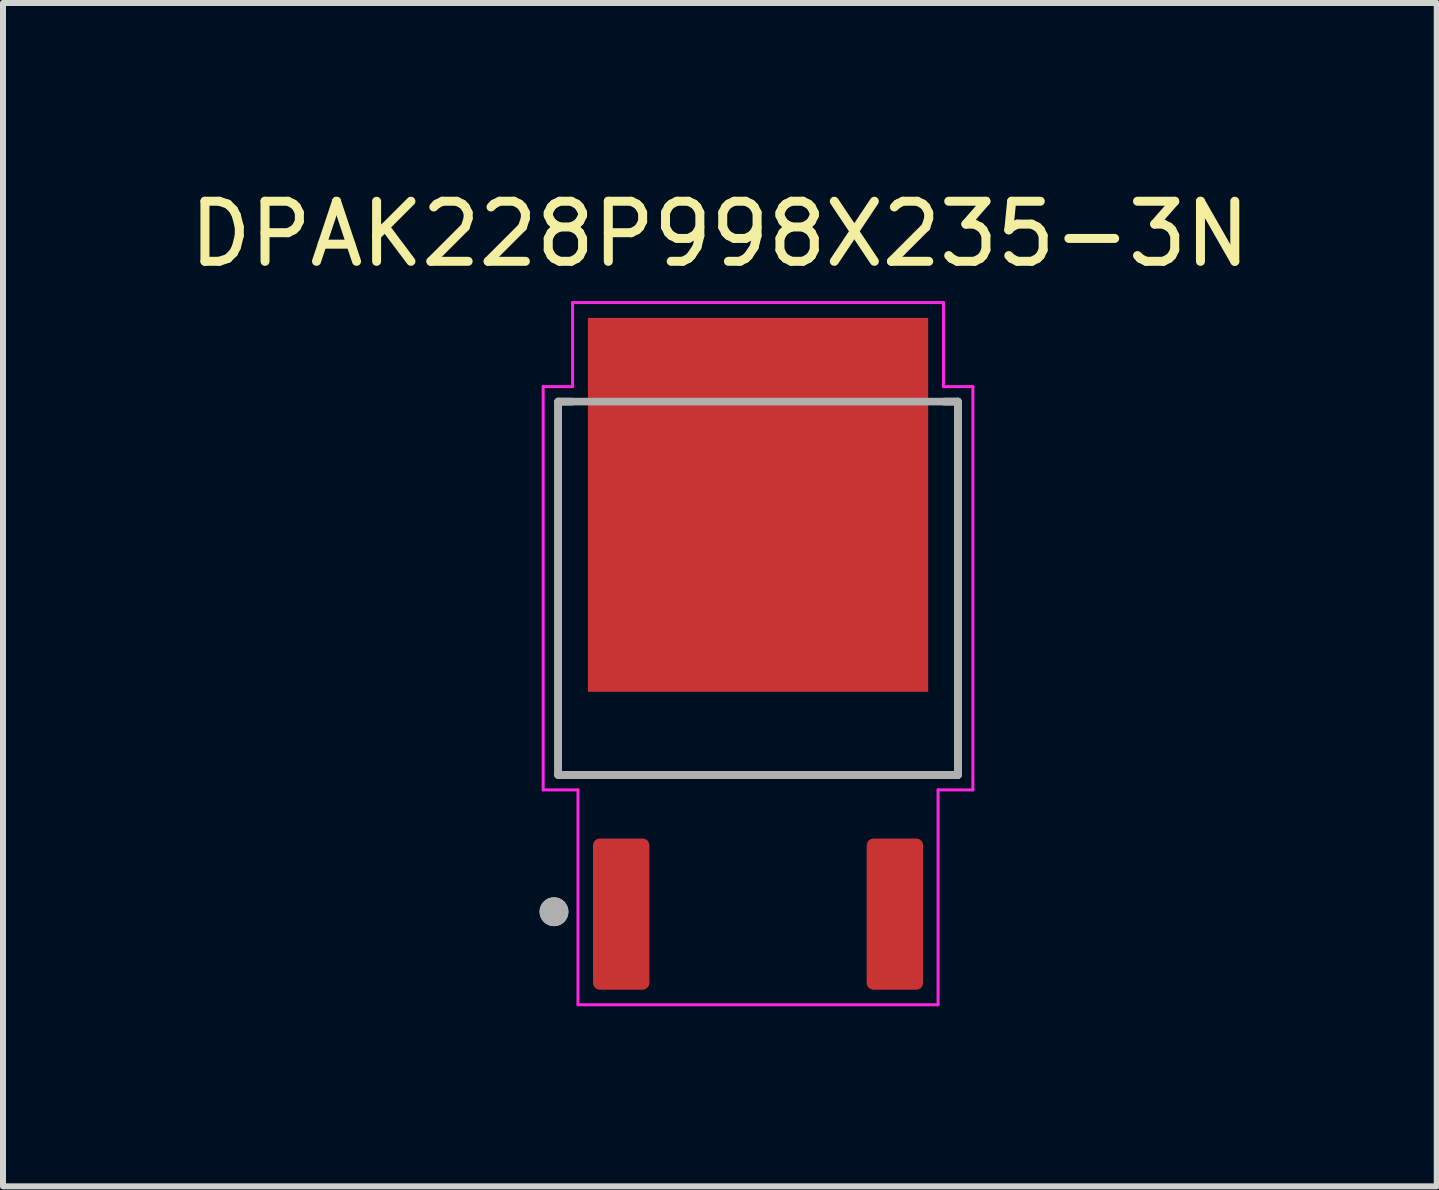
<source format=kicad_pcb>
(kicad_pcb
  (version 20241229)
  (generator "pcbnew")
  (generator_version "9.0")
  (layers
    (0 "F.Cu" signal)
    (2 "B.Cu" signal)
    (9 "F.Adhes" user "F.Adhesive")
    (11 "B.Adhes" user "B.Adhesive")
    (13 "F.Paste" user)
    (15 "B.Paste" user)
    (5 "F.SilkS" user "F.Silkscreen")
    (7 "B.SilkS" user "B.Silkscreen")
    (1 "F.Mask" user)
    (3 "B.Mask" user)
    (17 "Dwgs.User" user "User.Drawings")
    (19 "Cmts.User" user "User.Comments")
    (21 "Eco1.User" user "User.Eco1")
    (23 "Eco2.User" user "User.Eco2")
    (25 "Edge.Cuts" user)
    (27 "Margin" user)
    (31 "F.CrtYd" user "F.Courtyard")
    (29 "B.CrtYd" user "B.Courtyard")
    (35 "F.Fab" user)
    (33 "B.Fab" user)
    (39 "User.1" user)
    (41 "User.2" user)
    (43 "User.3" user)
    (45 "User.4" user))
  (footprint "DPAK228P998X235-3N"
    (layer "F.Cu")
    (at 9.581 7.842)
    (property "Reference" "DPAK228P998X235-3N" (at -0.636 -6.993 0) (layer "F.SilkS") (effects (font (size 1.001 1.001) (thickness 0.15))))
    (attr through_hole)
    (fp_line (start -3.33 -4.2) (end -3.33 2.02) (stroke (width 0.127) (type solid)) (layer "F.SilkS"))
    (fp_line (start -3.33 2.02) (end 3.33 2.02) (stroke (width 0.127) (type solid)) (layer "F.SilkS"))
    (fp_line (start -3.1 -4.2) (end -3.33 -4.2) (stroke (width 0.127) (type solid)) (layer "F.SilkS"))
    (fp_line (start 3.33 -4.2) (end 3.1 -4.2) (stroke (width 0.127) (type solid)) (layer "F.SilkS"))
    (fp_line (start 3.33 2.02) (end 3.33 -4.2) (stroke (width 0.127) (type solid)) (layer "F.SilkS"))
    (fp_circle (center -3.4 4.3) (end -3.28 4.3) (stroke (width 0.24) (type solid)) (fill no) (layer "F.SilkS"))
    (fp_poly (pts (xy -2.545 -5.31) (xy -1.235 -5.31) (xy -1.235 -3.81) (xy -2.545 -3.81)) (stroke (width 0.01) (type solid)) (fill yes) (layer "F.Paste"))
    (fp_poly (pts (xy -2.545 -3.23) (xy -1.235 -3.23) (xy -1.235 -1.73) (xy -2.545 -1.73)) (stroke (width 0.01) (type solid)) (fill yes) (layer "F.Paste"))
    (fp_poly (pts (xy -2.545 -1.15) (xy -1.235 -1.15) (xy -1.235 0.35) (xy -2.545 0.35)) (stroke (width 0.01) (type solid)) (fill yes) (layer "F.Paste"))
    (fp_poly (pts (xy -0.655 -5.31) (xy 0.655 -5.31) (xy 0.655 -3.81) (xy -0.655 -3.81)) (stroke (width 0.01) (type solid)) (fill yes) (layer "F.Paste"))
    (fp_poly (pts (xy -0.655 -3.23) (xy 0.655 -3.23) (xy 0.655 -1.73) (xy -0.655 -1.73)) (stroke (width 0.01) (type solid)) (fill yes) (layer "F.Paste"))
    (fp_poly (pts (xy -0.655 -1.15) (xy 0.655 -1.15) (xy 0.655 0.35) (xy -0.655 0.35)) (stroke (width 0.01) (type solid)) (fill yes) (layer "F.Paste"))
    (fp_poly (pts (xy 1.235 -5.31) (xy 2.545 -5.31) (xy 2.545 -3.81) (xy 1.235 -3.81)) (stroke (width 0.01) (type solid)) (fill yes) (layer "F.Paste"))
    (fp_poly (pts (xy 1.235 -3.23) (xy 2.545 -3.23) (xy 2.545 -1.73) (xy 1.235 -1.73)) (stroke (width 0.01) (type solid)) (fill yes) (layer "F.Paste"))
    (fp_poly (pts (xy 1.235 -1.15) (xy 2.545 -1.15) (xy 2.545 0.35) (xy 1.235 0.35)) (stroke (width 0.01) (type solid)) (fill yes) (layer "F.Paste"))
    (fp_line (start -3.58 -4.45) (end -3.09 -4.45) (stroke (width 0.05) (type solid)) (layer "F.CrtYd"))
    (fp_line (start -3.58 2.27) (end -3.58 -4.45) (stroke (width 0.05) (type solid)) (layer "F.CrtYd"))
    (fp_line (start -3.09 -5.85) (end 3.09 -5.85) (stroke (width 0.05) (type solid)) (layer "F.CrtYd"))
    (fp_line (start -3.09 -4.45) (end -3.09 -5.85) (stroke (width 0.05) (type solid)) (layer "F.CrtYd"))
    (fp_line (start -3 2.27) (end -3.58 2.27) (stroke (width 0.05) (type solid)) (layer "F.CrtYd"))
    (fp_line (start -3 5.85) (end -3 2.27) (stroke (width 0.05) (type solid)) (layer "F.CrtYd"))
    (fp_line (start 3 2.27) (end 3 5.85) (stroke (width 0.05) (type solid)) (layer "F.CrtYd"))
    (fp_line (start 3 5.85) (end -3 5.85) (stroke (width 0.05) (type solid)) (layer "F.CrtYd"))
    (fp_line (start 3.09 -5.85) (end 3.09 -4.45) (stroke (width 0.05) (type solid)) (layer "F.CrtYd"))
    (fp_line (start 3.09 -4.45) (end 3.58 -4.45) (stroke (width 0.05) (type solid)) (layer "F.CrtYd"))
    (fp_line (start 3.58 -4.45) (end 3.58 2.27) (stroke (width 0.05) (type solid)) (layer "F.CrtYd"))
    (fp_line (start 3.58 2.27) (end 3 2.27) (stroke (width 0.05) (type solid)) (layer "F.CrtYd"))
    (fp_line (start -3.33 -4.2) (end 3.33 -4.2) (stroke (width 0.127) (type solid)) (layer "F.Fab"))
    (fp_line (start -3.33 2.02) (end -3.33 -4.2) (stroke (width 0.127) (type solid)) (layer "F.Fab"))
    (fp_line (start 3.33 -4.2) (end 3.33 2.02) (stroke (width 0.127) (type solid)) (layer "F.Fab"))
    (fp_line (start 3.33 2.02) (end -3.33 2.02) (stroke (width 0.127) (type solid)) (layer "F.Fab"))
    (fp_circle (center -3.4 4.3) (end -3.28 4.3) (stroke (width 0.24) (type solid)) (fill no) (layer "F.Fab"))
    (pad "1" smd roundrect (at -2.28 4.34 90) (size 2.52 0.94) (layers "F.Cu" "F.Mask" "F.Paste") (roundrect_rratio 0.12))
    (pad "2" smd rect (at 0 -2.48) (size 5.67 6.23) (layers "F.Cu" "F.Mask"))
    (pad "3" smd roundrect (at 2.28 4.34 90) (size 2.52 0.94) (layers "F.Cu" "F.Mask" "F.Paste") (roundrect_rratio 0.12)))
  (gr_rect
    (start -3 -3)
    (end 20.89 16.717)
    (stroke (width 0.1) (type default))
    (fill no)
    (layer "Edge.Cuts")))
</source>
